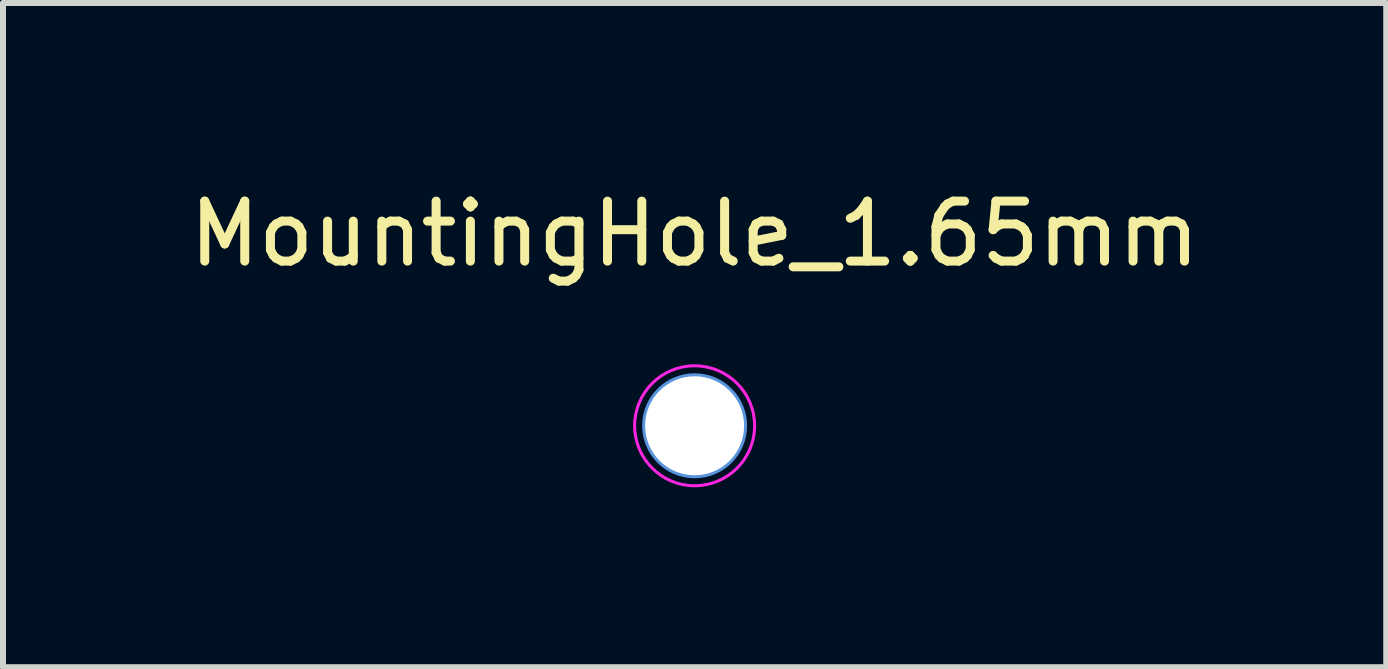
<source format=kicad_pcb>
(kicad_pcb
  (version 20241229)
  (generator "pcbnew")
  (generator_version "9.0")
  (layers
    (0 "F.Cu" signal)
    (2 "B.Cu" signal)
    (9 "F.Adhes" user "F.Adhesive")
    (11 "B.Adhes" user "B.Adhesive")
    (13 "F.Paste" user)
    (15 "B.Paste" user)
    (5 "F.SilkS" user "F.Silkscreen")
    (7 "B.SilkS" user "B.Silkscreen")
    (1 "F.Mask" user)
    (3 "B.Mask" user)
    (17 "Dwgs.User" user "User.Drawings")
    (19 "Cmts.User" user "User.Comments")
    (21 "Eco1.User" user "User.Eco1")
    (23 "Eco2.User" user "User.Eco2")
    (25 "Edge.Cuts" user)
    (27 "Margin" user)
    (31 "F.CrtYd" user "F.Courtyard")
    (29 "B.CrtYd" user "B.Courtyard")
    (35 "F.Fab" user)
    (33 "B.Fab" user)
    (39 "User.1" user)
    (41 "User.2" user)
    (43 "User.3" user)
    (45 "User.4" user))
  (footprint "MountingHole_1.65mm"
    (layer "F.Cu")
    (at 8.53 4.048)
    (property "Reference" "MountingHole_1.65mm" (at 0 -3.2 0) (layer "F.SilkS") (effects (font (size 1 1) (thickness 0.15))))
    (attr exclude_from_pos_files exclude_from_bom)
    (fp_circle (center 0 0) (end 0.8 0) (stroke (width 0.15) (type solid)) (fill no) (layer "Cmts.User"))
    (fp_circle (center 0 0) (end 1 0) (stroke (width 0.05) (type solid)) (fill no) (layer "F.CrtYd"))
    (pad "" np_thru_hole circle (at 0 0) (size 1.65 1.65) (drill 1.65) (layers "*.Cu" "*.Mask")))
  (gr_rect
    (start -3 -3)
    (end 20.06 8.073)
    (stroke (width 0.1) (type default))
    (fill no)
    (layer "Edge.Cuts")))
</source>
